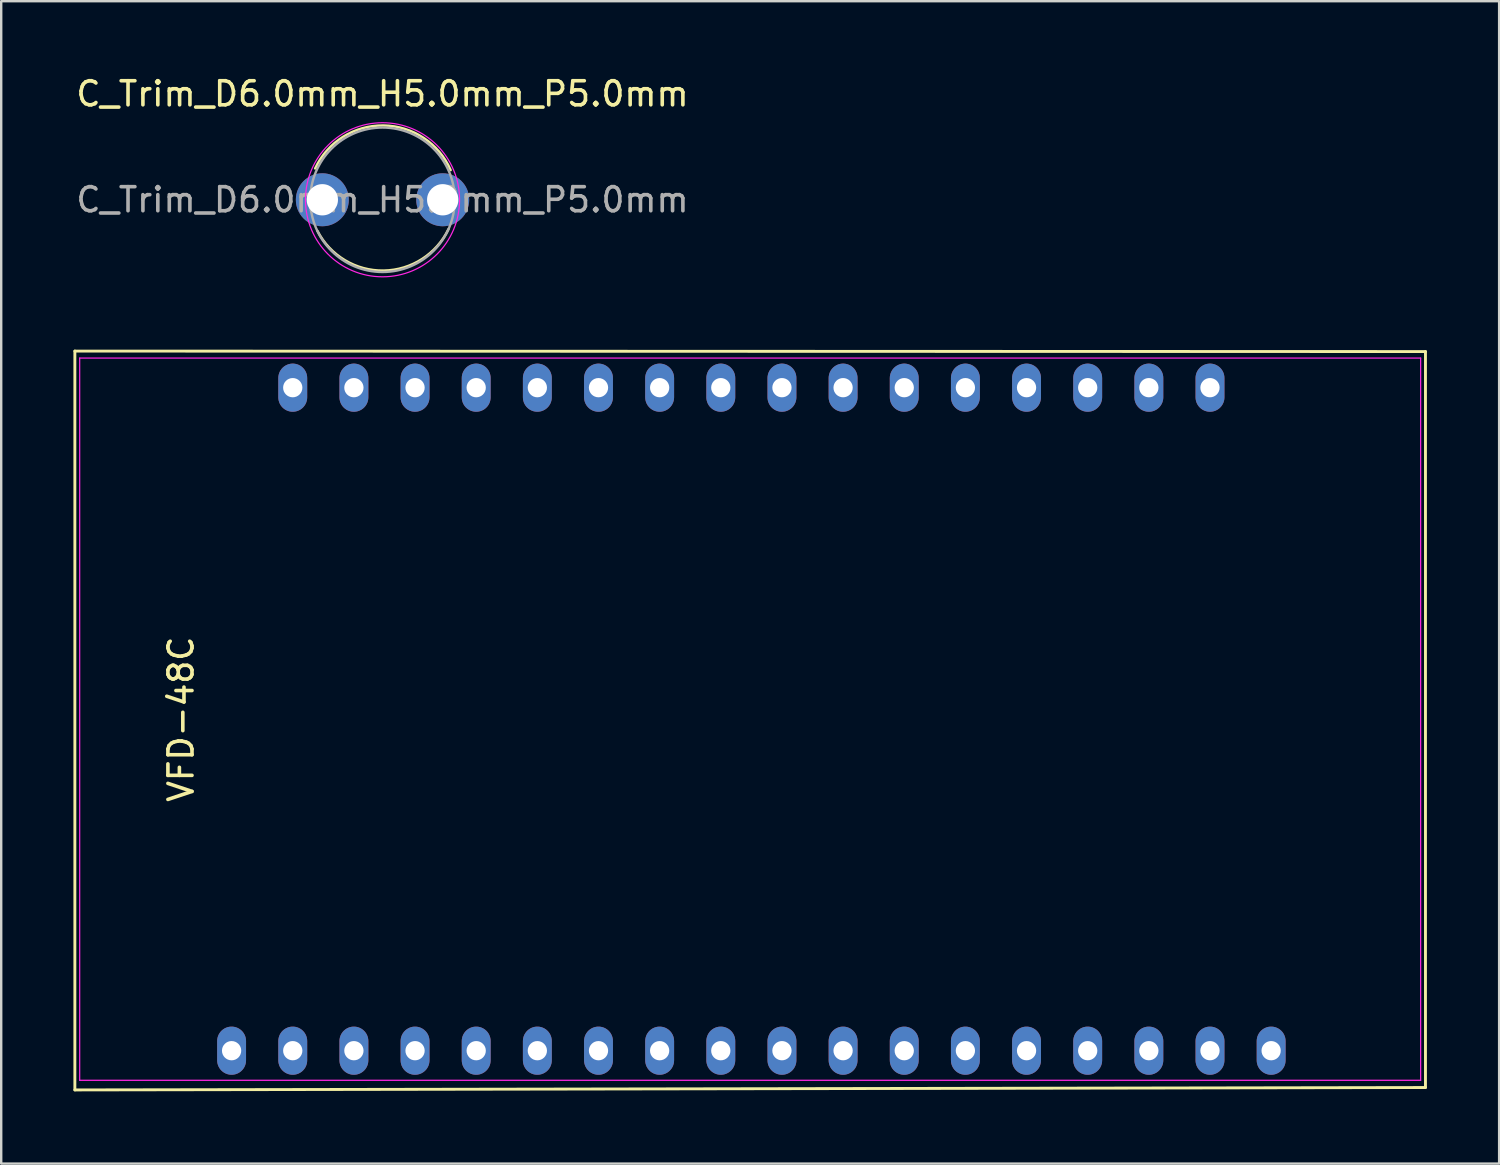
<source format=kicad_pcb>
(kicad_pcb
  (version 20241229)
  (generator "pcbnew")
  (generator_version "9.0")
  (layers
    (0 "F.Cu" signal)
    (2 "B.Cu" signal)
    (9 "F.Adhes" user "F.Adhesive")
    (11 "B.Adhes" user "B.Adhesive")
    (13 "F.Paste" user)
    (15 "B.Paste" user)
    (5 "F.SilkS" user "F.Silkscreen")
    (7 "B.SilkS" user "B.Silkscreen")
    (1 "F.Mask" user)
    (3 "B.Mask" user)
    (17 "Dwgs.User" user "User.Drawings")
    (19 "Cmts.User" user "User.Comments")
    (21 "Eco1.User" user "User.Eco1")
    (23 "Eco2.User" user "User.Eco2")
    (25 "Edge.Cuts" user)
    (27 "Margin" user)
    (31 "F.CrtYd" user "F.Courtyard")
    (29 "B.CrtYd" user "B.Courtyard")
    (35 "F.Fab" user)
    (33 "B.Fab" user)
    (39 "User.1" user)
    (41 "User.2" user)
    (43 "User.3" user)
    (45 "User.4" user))
  (footprint "VFD-48C"
    (layer "F.Cu")
    (at 28.16 26.823)
    (property "Reference" "VFD-48C" (at -23.69 0 90) (layer "F.SilkS") (effects (font (size 1 1) (thickness 0.15))))
    (attr through_hole)
    (fp_line (start -28.1 -15.29) (end -28.1 15.4) (stroke (width 0.12) (type default)) (layer "F.SilkS"))
    (fp_line (start -28.1 15.4) (end 28 15.3) (stroke (width 0.12) (type default)) (layer "F.SilkS"))
    (fp_line (start 28 -15.27) (end -28.1 -15.29) (stroke (width 0.12) (type default)) (layer "F.SilkS"))
    (fp_line (start 28 15.3) (end 28 -15.27) (stroke (width 0.12) (type default)) (layer "F.SilkS"))
    (fp_line (start -27.9 -15) (end 27.8 -15) (stroke (width 0.05) (type default)) (layer "F.CrtYd"))
    (fp_line (start -27.9 15) (end -27.9 -15) (stroke (width 0.05) (type default)) (layer "F.CrtYd"))
    (fp_line (start 27.8 -15) (end 27.8 15) (stroke (width 0.05) (type default)) (layer "F.CrtYd"))
    (fp_line (start 27.8 15) (end -27.9 15) (stroke (width 0.05) (type default)) (layer "F.CrtYd"))
    (pad "1" thru_hole oval (at -21.59 13.77) (size 1.2 2) (drill 0.8) (layers "*.Cu" "*.Mask"))
    (pad "2" thru_hole oval (at -19.05 13.77) (size 1.2 2) (drill 0.8) (layers "*.Cu" "*.Mask"))
    (pad "3" thru_hole oval (at -16.51 13.77) (size 1.2 2) (drill 0.8) (layers "*.Cu" "*.Mask"))
    (pad "4" thru_hole oval (at -13.97 13.77) (size 1.2 2) (drill 0.8) (layers "*.Cu" "*.Mask"))
    (pad "5" thru_hole oval (at -11.43 13.77) (size 1.2 2) (drill 0.8) (layers "*.Cu" "*.Mask"))
    (pad "6" thru_hole oval (at -8.89 13.77) (size 1.2 2) (drill 0.8) (layers "*.Cu" "*.Mask"))
    (pad "7" thru_hole oval (at -6.35 13.77) (size 1.2 2) (drill 0.8) (layers "*.Cu" "*.Mask"))
    (pad "8" thru_hole oval (at -3.81 13.77) (size 1.2 2) (drill 0.8) (layers "*.Cu" "*.Mask"))
    (pad "9" thru_hole oval (at -1.27 13.77) (size 1.2 2) (drill 0.8) (layers "*.Cu" "*.Mask"))
    (pad "10" thru_hole oval (at 1.27 13.77) (size 1.2 2) (drill 0.8) (layers "*.Cu" "*.Mask"))
    (pad "11" thru_hole oval (at 3.81 13.77) (size 1.2 2) (drill 0.8) (layers "*.Cu" "*.Mask"))
    (pad "12" thru_hole oval (at 6.35 13.77) (size 1.2 2) (drill 0.8) (layers "*.Cu" "*.Mask"))
    (pad "13" thru_hole oval (at 8.89 13.77) (size 1.2 2) (drill 0.8) (layers "*.Cu" "*.Mask"))
    (pad "14" thru_hole oval (at 11.43 13.77) (size 1.2 2) (drill 0.8) (layers "*.Cu" "*.Mask"))
    (pad "15" thru_hole oval (at 13.97 13.77) (size 1.2 2) (drill 0.8) (layers "*.Cu" "*.Mask"))
    (pad "16" thru_hole oval (at 16.51 13.77) (size 1.2 2) (drill 0.8) (layers "*.Cu" "*.Mask"))
    (pad "17" thru_hole oval (at 19.05 13.77) (size 1.2 2) (drill 0.8) (layers "*.Cu" "*.Mask"))
    (pad "18" thru_hole oval (at 21.59 13.77) (size 1.2 2) (drill 0.8) (layers "*.Cu" "*.Mask"))
    (pad "19" thru_hole oval (at 19.05 -13.77) (size 1.2 2) (drill 0.8) (layers "*.Cu" "*.Mask"))
    (pad "20" thru_hole oval (at 16.51 -13.77) (size 1.2 2) (drill 0.8) (layers "*.Cu" "*.Mask"))
    (pad "21" thru_hole oval (at 13.97 -13.77) (size 1.2 2) (drill 0.8) (layers "*.Cu" "*.Mask"))
    (pad "22" thru_hole oval (at 11.43 -13.77) (size 1.2 2) (drill 0.8) (layers "*.Cu" "*.Mask"))
    (pad "23" thru_hole oval (at 8.89 -13.77) (size 1.2 2) (drill 0.8) (layers "*.Cu" "*.Mask"))
    (pad "24" thru_hole oval (at 6.35 -13.77) (size 1.2 2) (drill 0.8) (layers "*.Cu" "*.Mask"))
    (pad "25" thru_hole oval (at 3.81 -13.77) (size 1.2 2) (drill 0.8) (layers "*.Cu" "*.Mask"))
    (pad "26" thru_hole oval (at 1.27 -13.77) (size 1.2 2) (drill 0.8) (layers "*.Cu" "*.Mask"))
    (pad "27" thru_hole oval (at -1.27 -13.77) (size 1.2 2) (drill 0.8) (layers "*.Cu" "*.Mask"))
    (pad "28" thru_hole oval (at -3.81 -13.77) (size 1.2 2) (drill 0.8) (layers "*.Cu" "*.Mask"))
    (pad "29" thru_hole oval (at -6.35 -13.77) (size 1.2 2) (drill 0.8) (layers "*.Cu" "*.Mask"))
    (pad "30" thru_hole oval (at -8.89 -13.77) (size 1.2 2) (drill 0.8) (layers "*.Cu" "*.Mask"))
    (pad "31" thru_hole oval (at -11.43 -13.77) (size 1.2 2) (drill 0.8) (layers "*.Cu" "*.Mask"))
    (pad "32" thru_hole oval (at -13.97 -13.77) (size 1.2 2) (drill 0.8) (layers "*.Cu" "*.Mask"))
    (pad "33" thru_hole oval (at -16.51 -13.77) (size 1.2 2) (drill 0.8) (layers "*.Cu" "*.Mask"))
    (pad "34" thru_hole oval (at -19.05 -13.77) (size 1.2 2) (drill 0.8) (layers "*.Cu" "*.Mask")))
  (footprint "C_Trim_D6.0mm_H5.0mm_P5.0mm"
    (layer "F.Cu")
    (at 10.339 5.248)
    (property "Reference" "C_Trim_D6.0mm_H5.0mm_P5.0mm" (at 2.5 -4.4 0) (layer "F.SilkS") (effects (font (size 1 1) (thickness 0.15))))
    (attr through_hole)
    (fp_arc (start -0.299999 -1.3) (mid 2.537882 -3.086836) (end 5.331059 -1.230895) (stroke (width 0.1) (type default)) (layer "F.SilkS"))
    (fp_arc (start 5.240289 1.219399) (mid 2.545055 2.941047) (end -0.2 1.3) (stroke (width 0.1) (type default)) (layer "F.SilkS"))
    (fp_circle (center 2.5 0) (end 5.7 0) (stroke (width 0.05) (type solid)) (fill no) (layer "F.CrtYd"))
    (fp_circle (center 2.5 0) (end 5.5 0) (stroke (width 0.1) (type solid)) (fill no) (layer "F.Fab"))
    (fp_text user "${REFERENCE}" (at 2.5 0 0) (layer "F.Fab") (effects (font (size 1 1) (thickness 0.15))))
    (pad "1" thru_hole circle (at 0 0) (size 2.2 2.2) (drill 1.3) (layers "*.Cu" "*.Mask"))
    (pad "2" thru_hole circle (at 5 0) (size 2.2 2.2) (drill 1.3) (layers "*.Cu" "*.Mask")))
  (gr_rect
    (start -3 -3)
    (end 59.22 45.283)
    (stroke (width 0.1) (type default))
    (fill no)
    (layer "Edge.Cuts")))
</source>
